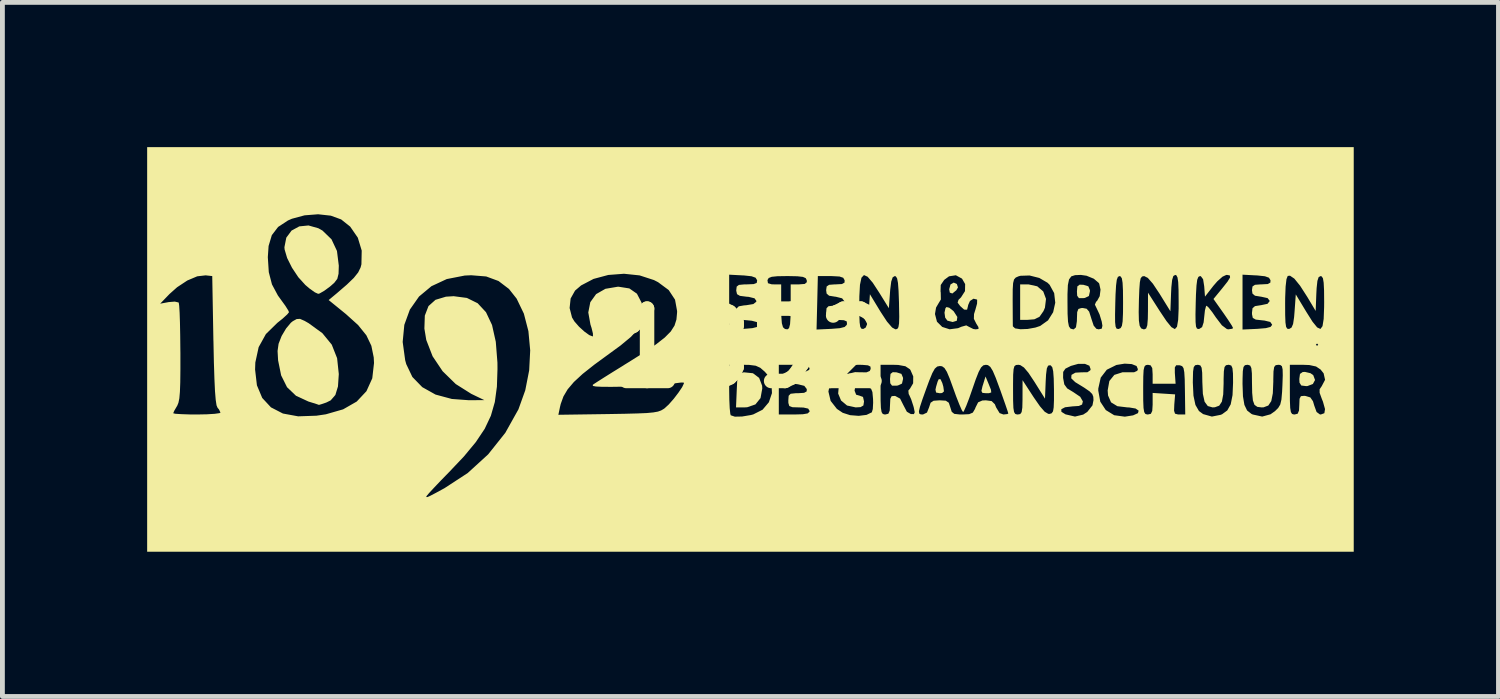
<source format=kicad_pcb>
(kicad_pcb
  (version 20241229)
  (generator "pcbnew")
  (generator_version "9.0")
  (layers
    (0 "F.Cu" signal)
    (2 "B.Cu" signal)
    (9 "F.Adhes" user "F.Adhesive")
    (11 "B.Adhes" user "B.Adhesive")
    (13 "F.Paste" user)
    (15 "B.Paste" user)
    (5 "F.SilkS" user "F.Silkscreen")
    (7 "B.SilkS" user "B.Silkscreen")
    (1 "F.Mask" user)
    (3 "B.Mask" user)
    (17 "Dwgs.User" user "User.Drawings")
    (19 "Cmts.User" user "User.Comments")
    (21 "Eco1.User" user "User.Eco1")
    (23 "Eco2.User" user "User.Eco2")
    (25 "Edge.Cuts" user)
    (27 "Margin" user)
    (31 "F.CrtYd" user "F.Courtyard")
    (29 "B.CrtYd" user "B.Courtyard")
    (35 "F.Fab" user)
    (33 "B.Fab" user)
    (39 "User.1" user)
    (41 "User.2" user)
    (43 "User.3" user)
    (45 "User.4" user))
  (footprint "1892"
    (layer "F.Cu")
    (at 12.504 4.168)
    (property "Reference" "1892" (at 0 0 0) (layer "F.SilkS") (effects (font (size 1.5 1.5) (thickness 0.3))))
    (attr board_only exclude_from_pos_files exclude_from_bom)
    (fp_poly (pts (xy 4.278 -1.332) (xy 4.301 -1.261) (xy 4.268 -1.203) (xy 4.185 -1.135) (xy 4.132 -1.153) (xy 4.119 -1.223) (xy 4.147 -1.323) (xy 4.213 -1.361)) (stroke (width 0) (type solid)) (fill yes) (layer "F.SilkS"))
    (fp_poly (pts (xy 4.937 0.74) (xy 4.985 0.86) (xy 4.991 0.916) (xy 4.945 0.931) (xy 4.884 0.932) (xy 4.808 0.925) (xy 4.787 0.885) (xy 4.81 0.785) (xy 4.819 0.759) (xy 4.872 0.585)) (stroke (width 0) (type solid)) (fill yes) (layer "F.SilkS"))
    (fp_poly (pts (xy 3.977 0.722) (xy 3.998 0.797) (xy 4.011 0.894) (xy 3.972 0.928) (xy 3.923 0.932) (xy 3.848 0.918) (xy 3.835 0.859) (xy 3.848 0.797) (xy 3.879 0.692) (xy 3.902 0.642) (xy 3.939 0.641)) (stroke (width 0) (type solid)) (fill yes) (layer "F.SilkS"))
    (fp_poly (pts (xy 4.121 -0.84) (xy 4.207 -0.771) (xy 4.215 -0.762) (xy 4.288 -0.648) (xy 4.277 -0.57) (xy 4.192 -0.544) (xy 4.082 -0.572) (xy 4.036 -0.634) (xy 4.022 -0.738) (xy 4.042 -0.83) (xy 4.063 -0.854)) (stroke (width 0) (type solid)) (fill yes) (layer "F.SilkS"))
    (fp_poly (pts (xy 3.028 0.499) (xy 3.129 0.531) (xy 3.162 0.61) (xy 3.163 0.637) (xy 3.141 0.732) (xy 3.058 0.771) (xy 3.028 0.776) (xy 2.934 0.775) (xy 2.898 0.726) (xy 2.893 0.637) (xy 2.903 0.532) (xy 2.949 0.496)) (stroke (width 0) (type solid)) (fill yes) (layer "F.SilkS"))
    (fp_poly (pts (xy 5.944 -1.284) (xy 6.069 -1.177) (xy 6.126 -1.023) (xy 6.104 -0.841) (xy 6.073 -0.769) (xy 5.992 -0.653) (xy 5.884 -0.6) (xy 5.749 -0.589) (xy 5.59 -0.588) (xy 5.59 -0.956) (xy 5.59 -1.324) (xy 5.762 -1.324)) (stroke (width 0) (type solid)) (fill yes) (layer "F.SilkS"))
    (fp_poly (pts (xy 6.902 -1.315) (xy 7.003 -1.284) (xy 7.036 -1.204) (xy 7.036 -1.177) (xy 7.015 -1.083) (xy 6.932 -1.043) (xy 6.902 -1.039) (xy 6.808 -1.039) (xy 6.772 -1.088) (xy 6.767 -1.177) (xy 6.776 -1.283) (xy 6.823 -1.318)) (stroke (width 0) (type solid)) (fill yes) (layer "F.SilkS"))
    (fp_poly (pts (xy 11.607 0.517) (xy 11.665 0.558) (xy 11.702 0.658) (xy 11.657 0.741) (xy 11.546 0.783) (xy 11.518 0.785) (xy 11.417 0.772) (xy 11.38 0.713) (xy 11.376 0.637) (xy 11.39 0.532) (xy 11.446 0.493) (xy 11.493 0.49)) (stroke (width 0) (type solid)) (fill yes) (layer "F.SilkS"))
    (fp_poly (pts (xy 0.052 0.518) (xy 0.18 0.614) (xy 0.242 0.776) (xy 0.245 0.835) (xy 0.209 1.033) (xy 0.103 1.164) (xy -0.068 1.223) (xy -0.125 1.226) (xy -0.299 1.226) (xy -0.284 0.87) (xy -0.275 0.687) (xy -0.26 0.58) (xy -0.231 0.526) (xy -0.177 0.505) (xy -0.132 0.499)) (stroke (width 0) (type solid)) (fill yes) (layer "F.SilkS"))
    (fp_poly (pts (xy -8.955 -2.487) (xy -8.87 -2.439) (xy -8.683 -2.258) (xy -8.57 -2.017) (xy -8.532 -1.713) (xy -8.532 -1.708) (xy -8.537 -1.544) (xy -8.563 -1.439) (xy -8.626 -1.356) (xy -8.715 -1.278) (xy -8.835 -1.19) (xy -8.931 -1.135) (xy -8.96 -1.128) (xy -9.028 -1.159) (xy -9.139 -1.238) (xy -9.226 -1.312) (xy -9.371 -1.472) (xy -9.502 -1.669) (xy -9.603 -1.871) (xy -9.655 -2.047) (xy -9.659 -2.094) (xy -9.62 -2.292) (xy -9.511 -2.439) (xy -9.351 -2.526) (xy -9.16 -2.545)) (stroke (width 0) (type solid)) (fill yes) (layer "F.SilkS"))
    (fp_poly (pts (xy -9.24 -0.567) (xy -9.155 -0.518) (xy -8.872 -0.312) (xy -8.678 -0.075) (xy -8.567 0.206) (xy -8.532 0.535) (xy -8.549 0.791) (xy -8.603 0.968) (xy -8.7 1.08) (xy -8.791 1.125) (xy -8.894 1.16) (xy -8.943 1.174) (xy -8.944 1.174) (xy -8.989 1.158) (xy -9.097 1.124) (xy -9.162 1.104) (xy -9.419 0.985) (xy -9.605 0.807) (xy -9.727 0.562) (xy -9.79 0.251) (xy -9.801 0.056) (xy -9.78 -0.093) (xy -9.72 -0.247) (xy -9.713 -0.261) (xy -9.625 -0.409) (xy -9.525 -0.529) (xy -9.485 -0.561) (xy -9.406 -0.605) (xy -9.336 -0.609)) (stroke (width 0) (type solid)) (fill yes) (layer "F.SilkS"))
    (fp_poly (pts (xy 12.504 0.025) (xy 12.504 4.217) (xy 0 4.217) (xy -12.504 4.217) (xy -12.504 0.025) (xy -12.504 -0.924) (xy -12.234 -0.924) (xy -12.056 -0.957) (xy -11.931 -0.967) (xy -11.855 -0.949) (xy -11.849 -0.943) (xy -11.84 -0.881) (xy -11.831 -0.737) (xy -11.824 -0.527) (xy -11.819 -0.264) (xy -11.816 0.034) (xy -11.815 0.095) (xy -11.815 0.444) (xy -11.818 0.709) (xy -11.825 0.903) (xy -11.837 1.039) (xy -11.856 1.131) (xy -11.881 1.192) (xy -11.888 1.203) (xy -11.943 1.297) (xy -11.964 1.347) (xy -11.919 1.358) (xy -11.796 1.366) (xy -11.617 1.372) (xy -11.474 1.373) (xy -11.268 1.369) (xy -11.105 1.359) (xy -11.005 1.345) (xy -10.984 1.334) (xy -11.015 1.269) (xy -11.045 1.233) (xy -11.066 1.183) (xy -11.083 1.07) (xy -11.098 0.889) (xy -11.11 0.632) (xy -11.116 0.441) (xy -10.267 0.441) (xy -10.229 0.768) (xy -10.119 1.03) (xy -9.938 1.225) (xy -9.69 1.353) (xy -9.375 1.411) (xy -8.996 1.398) (xy -8.8 1.369) (xy -8.442 1.266) (xy -8.161 1.105) (xy -7.959 0.89) (xy -7.838 0.623) (xy -7.802 0.306) (xy -7.808 0.19) (xy -7.857 -0.051) (xy -7.895 -0.131) (xy -7.208 -0.131) (xy -7.156 0.249) (xy -7.134 0.329) (xy -7.007 0.595) (xy -6.802 0.806) (xy -6.527 0.96) (xy -6.189 1.051) (xy -5.838 1.077) (xy -5.516 1.075) (xy -5.786 0.945) (xy -6.108 0.742) (xy -6.38 0.476) (xy -6.588 0.166) (xy -6.719 -0.172) (xy -6.758 -0.408) (xy -6.749 -0.677) (xy -6.673 -0.874) (xy -6.528 -1.004) (xy -6.311 -1.069) (xy -6.151 -1.079) (xy -5.877 -1.043) (xy -5.654 -0.933) (xy -5.481 -0.747) (xy -5.356 -0.482) (xy -5.278 -0.134) (xy -5.244 0.298) (xy -5.243 0.432) (xy -5.255 0.797) (xy -5.298 1.114) (xy -5.38 1.399) (xy -5.508 1.67) (xy -5.692 1.945) (xy -5.939 2.243) (xy -6.247 2.568) (xy -6.419 2.744) (xy -6.562 2.895) (xy -6.665 3.006) (xy -6.715 3.066) (xy -6.718 3.072) (xy -6.714 3.085) (xy -6.691 3.083) (xy -6.632 3.056) (xy -6.521 2.998) (xy -6.341 2.9) (xy -5.86 2.586) (xy -5.436 2.199) (xy -5.081 1.753) (xy -4.872 1.379) (xy -3.981 1.379) (xy -2.95 1.364) (xy -2.604 1.358) (xy -2.342 1.351) (xy -2.149 1.343) (xy -2.013 1.33) (xy -1.918 1.313) (xy -1.851 1.289) (xy -1.797 1.257) (xy -1.781 1.246) (xy -1.693 1.165) (xy -1.591 1.049) (xy -1.493 0.921) (xy -1.416 0.807) (xy -1.379 0.729) (xy -1.381 0.712) (xy -1.435 0.71) (xy -1.552 0.725) (xy -1.619 0.738) (xy -1.746 0.754) (xy -1.948 0.77) (xy -2.2 0.784) (xy -2.478 0.793) (xy -2.591 0.796) (xy -2.878 0.8) (xy -3.078 0.799) (xy -3.203 0.793) (xy -3.263 0.781) (xy -3.27 0.761) (xy -3.252 0.746) (xy -3.18 0.699) (xy -3.042 0.611) (xy -2.854 0.493) (xy -2.634 0.357) (xy -2.613 0.343) (xy -0.441 0.343) (xy -0.441 0.85) (xy -0.438 1.064) (xy -0.43 1.24) (xy -0.418 1.356) (xy -0.409 1.389) (xy -0.323 1.418) (xy -0.174 1.415) (xy 0.01 1.384) (xy 0.059 1.371) (xy 0.251 1.274) (xy 0.382 1.119) (xy 0.446 0.93) (xy 0.436 0.73) (xy 0.347 0.543) (xy 0.298 0.487) (xy 0.204 0.405) (xy 0.109 0.362) (xy -0.025 0.345) (xy -0.143 0.343) (xy 0.588 0.343) (xy 0.588 0.858) (xy 0.588 1.373) (xy 0.907 1.373) (xy 1.086 1.368) (xy 1.185 1.351) (xy 1.224 1.316) (xy 1.226 1.299) (xy 1.197 1.251) (xy 1.099 1.229) (xy 1.005 1.226) (xy 0.87 1.222) (xy 0.805 1.197) (xy 0.786 1.134) (xy 0.785 1.079) (xy 0.792 0.985) (xy 0.833 0.943) (xy 0.936 0.932) (xy 0.984 0.932) (xy 1.112 0.924) (xy 1.159 0.898) (xy 1.616 0.898) (xy 1.662 1.091) (xy 1.792 1.257) (xy 1.913 1.338) (xy 2.066 1.387) (xy 2.244 1.401) (xy 2.406 1.381) (xy 2.516 1.328) (xy 2.516 1.328) (xy 2.536 1.26) (xy 2.543 1.13) (xy 2.541 1.051) (xy 2.528 0.908) (xy 2.499 0.836) (xy 2.433 0.807) (xy 2.341 0.796) (xy 2.22 0.791) (xy 2.168 0.819) (xy 2.158 0.879) (xy 2.191 0.963) (xy 2.256 0.981) (xy 2.333 1.009) (xy 2.354 1.103) (xy 2.341 1.186) (xy 2.283 1.22) (xy 2.182 1.226) (xy 2.002 1.187) (xy 1.878 1.083) (xy 1.818 0.939) (xy 1.832 0.777) (xy 1.927 0.618) (xy 1.938 0.607) (xy 2.046 0.524) (xy 2.169 0.495) (xy 2.269 0.498) (xy 2.406 0.499) (xy 2.473 0.471) (xy 2.492 0.428) (xy 2.487 0.38) (xy 2.436 0.354) (xy 2.319 0.344) (xy 2.23 0.343) (xy 2.697 0.343) (xy 2.697 0.858) (xy 2.698 1.088) (xy 2.704 1.237) (xy 2.718 1.322) (xy 2.743 1.362) (xy 2.783 1.373) (xy 2.795 1.373) (xy 2.859 1.357) (xy 2.887 1.291) (xy 2.893 1.173) (xy 2.899 1.047) (xy 2.927 0.993) (xy 2.991 0.988) (xy 3.003 0.99) (xy 3.102 1.044) (xy 3.169 1.177) (xy 3.242 1.316) (xy 3.325 1.364) (xy 3.388 1.365) (xy 3.405 1.328) (xy 3.401 1.306) (xy 3.492 1.306) (xy 3.498 1.354) (xy 3.529 1.371) (xy 3.576 1.373) (xy 3.659 1.333) (xy 3.702 1.226) (xy 3.734 1.129) (xy 3.796 1.088) (xy 3.921 1.079) (xy 3.923 1.079) (xy 4.049 1.087) (xy 4.111 1.129) (xy 4.143 1.225) (xy 4.143 1.226) (xy 4.172 1.317) (xy 4.225 1.36) (xy 4.334 1.372) (xy 4.395 1.373) (xy 4.534 1.366) (xy 4.609 1.334) (xy 4.654 1.258) (xy 4.666 1.226) (xy 4.719 1.121) (xy 4.806 1.083) (xy 4.879 1.079) (xy 4.999 1.095) (xy 5.066 1.161) (xy 5.092 1.226) (xy 5.164 1.344) (xy 5.244 1.373) (xy 5.325 1.364) (xy 5.345 1.352) (xy 5.329 1.3) (xy 5.287 1.176) (xy 5.225 1) (xy 5.175 0.858) (xy 5.443 0.858) (xy 5.444 1.088) (xy 5.45 1.237) (xy 5.464 1.322) (xy 5.489 1.362) (xy 5.529 1.373) (xy 5.541 1.373) (xy 5.592 1.364) (xy 5.621 1.323) (xy 5.635 1.23) (xy 5.639 1.064) (xy 5.639 1.017) (xy 5.64 0.662) (xy 5.872 1.018) (xy 6.002 1.205) (xy 6.099 1.316) (xy 6.173 1.36) (xy 6.2 1.361) (xy 6.243 1.348) (xy 6.271 1.308) (xy 6.279 1.264) (xy 6.443 1.264) (xy 6.445 1.317) (xy 6.53 1.37) (xy 6.727 1.416) (xy 6.897 1.375) (xy 6.981 1.32) (xy 7.089 1.184) (xy 7.11 1.076) (xy 7.106 1.005) (xy 7.084 0.949) (xy 7.026 0.891) (xy 7.005 0.877) (xy 7.209 0.877) (xy 7.251 1.108) (xy 7.365 1.281) (xy 7.539 1.388) (xy 7.76 1.418) (xy 7.931 1.391) (xy 8.032 1.345) (xy 8.046 1.293) (xy 7.982 1.249) (xy 7.85 1.227) (xy 7.813 1.226) (xy 7.605 1.201) (xy 7.474 1.121) (xy 7.412 0.979) (xy 7.404 0.875) (xy 7.407 0.858) (xy 8.14 0.858) (xy 8.141 1.088) (xy 8.147 1.237) (xy 8.161 1.322) (xy 8.186 1.362) (xy 8.226 1.373) (xy 8.238 1.373) (xy 8.299 1.359) (xy 8.328 1.299) (xy 8.336 1.17) (xy 8.336 1.15) (xy 8.336 0.926) (xy 8.569 0.941) (xy 8.802 0.956) (xy 8.785 1.165) (xy 8.78 1.295) (xy 8.8 1.356) (xy 8.861 1.372) (xy 8.89 1.373) (xy 9.012 1.373) (xy 9.005 0.87) (xy 9.002 0.709) (xy 9.169 0.709) (xy 9.182 0.982) (xy 9.223 1.175) (xy 9.296 1.301) (xy 9.383 1.365) (xy 9.564 1.416) (xy 9.745 1.38) (xy 9.775 1.368) (xy 9.883 1.289) (xy 9.954 1.163) (xy 9.992 0.971) (xy 10.002 0.739) (xy 10.199 0.739) (xy 10.208 0.996) (xy 10.238 1.174) (xy 10.294 1.29) (xy 10.383 1.36) (xy 10.411 1.373) (xy 10.607 1.416) (xy 10.779 1.369) (xy 10.871 1.304) (xy 10.938 1.238) (xy 10.981 1.167) (xy 11.005 1.065) (xy 11.019 0.906) (xy 11.026 0.764) (xy 11.033 0.561) (xy 11.03 0.437) (xy 11.015 0.372) (xy 10.982 0.347) (xy 10.94 0.343) (xy 11.18 0.343) (xy 11.18 0.858) (xy 11.181 1.088) (xy 11.187 1.237) (xy 11.201 1.322) (xy 11.226 1.362) (xy 11.266 1.373) (xy 11.278 1.373) (xy 11.342 1.357) (xy 11.37 1.291) (xy 11.376 1.174) (xy 11.381 1.047) (xy 11.409 0.993) (xy 11.478 0.986) (xy 11.509 0.99) (xy 11.604 1.019) (xy 11.659 1.098) (xy 11.686 1.189) (xy 11.734 1.321) (xy 11.802 1.371) (xy 11.822 1.373) (xy 11.895 1.346) (xy 11.909 1.261) (xy 11.866 1.107) (xy 11.841 1.045) (xy 11.797 0.923) (xy 11.797 0.85) (xy 11.841 0.785) (xy 11.91 0.654) (xy 11.88 0.52) (xy 11.817 0.441) (xy 11.723 0.378) (xy 11.585 0.348) (xy 11.45 0.343) (xy 11.18 0.343) (xy 10.94 0.343) (xy 10.886 0.351) (xy 10.855 0.389) (xy 10.841 0.479) (xy 10.837 0.64) (xy 10.837 0.69) (xy 10.827 0.934) (xy 10.795 1.095) (xy 10.734 1.187) (xy 10.637 1.224) (xy 10.595 1.226) (xy 10.506 1.215) (xy 10.447 1.173) (xy 10.414 1.081) (xy 10.399 0.924) (xy 10.395 0.707) (xy 10.393 0.52) (xy 10.382 0.411) (xy 10.358 0.359) (xy 10.313 0.344) (xy 10.297 0.343) (xy 10.249 0.351) (xy 10.219 0.389) (xy 10.205 0.475) (xy 10.2 0.631) (xy 10.199 0.739) (xy 10.002 0.739) (xy 10.003 0.709) (xy 10.001 0.521) (xy 9.99 0.412) (xy 9.966 0.359) (xy 9.922 0.344) (xy 9.905 0.343) (xy 9.856 0.352) (xy 9.826 0.39) (xy 9.812 0.479) (xy 9.807 0.637) (xy 9.807 0.726) (xy 9.799 0.957) (xy 9.771 1.107) (xy 9.716 1.19) (xy 9.627 1.223) (xy 9.578 1.226) (xy 9.479 1.198) (xy 9.413 1.108) (xy 9.377 0.945) (xy 9.366 0.697) (xy 9.366 0.69) (xy 9.363 0.508) (xy 9.351 0.404) (xy 9.325 0.356) (xy 9.277 0.343) (xy 9.268 0.343) (xy 9.217 0.352) (xy 9.188 0.392) (xy 9.174 0.483) (xy 9.17 0.646) (xy 9.169 0.709) (xy 9.002 0.709) (xy 9.001 0.644) (xy 8.992 0.497) (xy 8.976 0.412) (xy 8.948 0.371) (xy 8.905 0.355) (xy 8.891 0.353) (xy 8.824 0.353) (xy 8.796 0.397) (xy 8.796 0.509) (xy 8.798 0.536) (xy 8.812 0.736) (xy 8.574 0.736) (xy 8.336 0.736) (xy 8.336 0.539) (xy 8.328 0.411) (xy 8.294 0.354) (xy 8.238 0.343) (xy 8.194 0.35) (xy 8.166 0.381) (xy 8.149 0.453) (xy 8.142 0.585) (xy 8.14 0.794) (xy 8.14 0.858) (xy 7.407 0.858) (xy 7.439 0.679) (xy 7.542 0.552) (xy 7.711 0.498) (xy 7.812 0.498) (xy 7.951 0.498) (xy 8.017 0.468) (xy 8.031 0.435) (xy 8.003 0.368) (xy 7.903 0.328) (xy 7.756 0.319) (xy 7.588 0.346) (xy 7.584 0.347) (xy 7.386 0.445) (xy 7.26 0.609) (xy 7.21 0.833) (xy 7.209 0.877) (xy 7.005 0.877) (xy 6.918 0.817) (xy 6.742 0.709) (xy 6.732 0.703) (xy 6.649 0.623) (xy 6.654 0.552) (xy 6.735 0.506) (xy 6.858 0.499) (xy 6.986 0.497) (xy 7.044 0.457) (xy 7.051 0.435) (xy 7.025 0.362) (xy 6.932 0.323) (xy 6.795 0.323) (xy 6.642 0.366) (xy 6.528 0.423) (xy 6.482 0.49) (xy 6.48 0.607) (xy 6.482 0.624) (xy 6.505 0.749) (xy 6.565 0.832) (xy 6.69 0.908) (xy 6.693 0.91) (xy 6.835 1.006) (xy 6.889 1.1) (xy 6.889 1.107) (xy 6.873 1.167) (xy 6.807 1.196) (xy 6.672 1.205) (xy 6.521 1.223) (xy 6.443 1.264) (xy 6.279 1.264) (xy 6.285 1.226) (xy 6.291 1.081) (xy 6.291 0.858) (xy 6.286 0.628) (xy 6.275 0.479) (xy 6.256 0.394) (xy 6.225 0.357) (xy 6.21 0.352) (xy 6.169 0.361) (xy 6.143 0.419) (xy 6.127 0.545) (xy 6.119 0.691) (xy 6.105 1.045) (xy 5.885 0.694) (xy 5.762 0.509) (xy 5.669 0.399) (xy 5.592 0.349) (xy 5.554 0.343) (xy 5.505 0.347) (xy 5.472 0.371) (xy 5.454 0.433) (xy 5.445 0.549) (xy 5.443 0.738) (xy 5.443 0.858) (xy 5.175 0.858) (xy 5.167 0.837) (xy 5.085 0.615) (xy 5.023 0.47) (xy 4.972 0.387) (xy 4.923 0.35) (xy 4.88 0.343) (xy 4.827 0.354) (xy 4.78 0.398) (xy 4.73 0.491) (xy 4.668 0.649) (xy 4.604 0.834) (xy 4.534 1.035) (xy 4.472 1.196) (xy 4.426 1.298) (xy 4.408 1.324) (xy 4.38 1.281) (xy 4.329 1.164) (xy 4.262 0.993) (xy 4.209 0.846) (xy 4.13 0.628) (xy 4.071 0.488) (xy 4.021 0.409) (xy 3.972 0.374) (xy 3.927 0.368) (xy 3.871 0.379) (xy 3.821 0.423) (xy 3.769 0.516) (xy 3.704 0.675) (xy 3.648 0.827) (xy 3.565 1.058) (xy 3.514 1.213) (xy 3.492 1.306) (xy 3.401 1.306) (xy 3.385 1.227) (xy 3.375 1.192) (xy 3.331 1.057) (xy 3.288 0.962) (xy 3.28 0.95) (xy 3.273 0.877) (xy 3.309 0.834) (xy 3.372 0.726) (xy 3.374 0.583) (xy 3.316 0.45) (xy 3.302 0.433) (xy 3.211 0.373) (xy 3.063 0.346) (xy 2.959 0.343) (xy 2.697 0.343) (xy 2.23 0.343) (xy 2.061 0.35) (xy 1.948 0.379) (xy 1.85 0.448) (xy 1.785 0.51) (xy 1.656 0.698) (xy 1.616 0.898) (xy 1.159 0.898) (xy 1.165 0.895) (xy 1.168 0.846) (xy 1.116 0.779) (xy 0.983 0.746) (xy 0.968 0.745) (xy 0.846 0.725) (xy 0.794 0.681) (xy 0.785 0.61) (xy 0.794 0.536) (xy 0.84 0.501) (xy 0.95 0.491) (xy 1.005 0.49) (xy 1.151 0.481) (xy 1.217 0.448) (xy 1.226 0.417) (xy 1.205 0.376) (xy 1.129 0.353) (xy 0.979 0.344) (xy 0.907 0.343) (xy 0.588 0.343) (xy -0.143 0.343) (xy -0.441 0.343) (xy -2.613 0.343) (xy -2.525 0.289) (xy -2.202 0.086) (xy -1.967 -0.074) (xy 11.719 -0.074) (xy 11.744 -0.049) (xy 11.768 -0.074) (xy 11.744 -0.098) (xy 11.719 -0.074) (xy -1.967 -0.074) (xy -1.956 -0.081) (xy -1.775 -0.223) (xy -1.651 -0.348) (xy -1.626 -0.388) (xy 1.37 -0.388) (xy 1.677 -0.402) (xy 1.853 -0.416) (xy 1.952 -0.441) (xy 1.995 -0.483) (xy 2.001 -0.503) (xy 1.996 -0.556) (xy 1.937 -0.581) (xy 1.805 -0.588) (xy 1.793 -0.588) (xy 1.656 -0.593) (xy 1.591 -0.616) (xy 1.571 -0.677) (xy 1.569 -0.736) (xy 1.577 -0.829) (xy 1.618 -0.871) (xy 1.72 -0.882) (xy 1.769 -0.883) (xy 1.897 -0.89) (xy 1.95 -0.919) (xy 1.95 -0.925) (xy 2.256 -0.925) (xy 2.257 -0.689) (xy 2.263 -0.534) (xy 2.276 -0.445) (xy 2.299 -0.406) (xy 2.334 -0.4) (xy 2.341 -0.401) (xy 2.389 -0.429) (xy 2.42 -0.503) (xy 2.441 -0.642) (xy 2.452 -0.769) (xy 2.476 -1.12) (xy 2.697 -0.756) (xy 2.83 -0.553) (xy 2.936 -0.43) (xy 3.005 -0.392) (xy 3.043 -0.4) (xy 3.067 -0.436) (xy 3.08 -0.515) (xy 3.084 -0.654) (xy 3.083 -0.708) (xy 3.825 -0.708) (xy 3.866 -0.55) (xy 3.975 -0.442) (xy 4.128 -0.393) (xy 4.303 -0.416) (xy 4.373 -0.446) (xy 4.473 -0.474) (xy 4.526 -0.446) (xy 4.619 -0.399) (xy 4.669 -0.392) (xy 4.727 -0.4) (xy 4.725 -0.439) (xy 4.68 -0.512) (xy 4.631 -0.61) (xy 4.634 -0.709) (xy 4.664 -0.805) (xy 4.697 -0.925) (xy 4.699 -1.003) (xy 4.694 -1.01) (xy 4.672 -1.015) (xy 5.435 -1.015) (xy 5.435 -0.981) (xy 5.436 -0.772) (xy 5.437 -0.597) (xy 5.438 -0.482) (xy 5.439 -0.454) (xy 5.485 -0.412) (xy 5.597 -0.394) (xy 5.747 -0.4) (xy 5.906 -0.429) (xy 6.005 -0.462) (xy 6.168 -0.578) (xy 6.274 -0.747) (xy 6.318 -0.945) (xy 6.316 -0.959) (xy 6.571 -0.959) (xy 6.573 -0.715) (xy 6.582 -0.552) (xy 6.601 -0.455) (xy 6.634 -0.407) (xy 6.686 -0.393) (xy 6.701 -0.392) (xy 6.747 -0.434) (xy 6.766 -0.562) (xy 6.767 -0.613) (xy 6.772 -0.749) (xy 6.797 -0.814) (xy 6.856 -0.833) (xy 6.889 -0.834) (xy 6.968 -0.819) (xy 7.02 -0.759) (xy 7.062 -0.628) (xy 7.066 -0.613) (xy 7.114 -0.469) (xy 7.17 -0.403) (xy 7.218 -0.392) (xy 7.281 -0.406) (xy 7.295 -0.466) (xy 7.281 -0.552) (xy 7.236 -0.7) (xy 7.236 -0.7) (xy 7.557 -0.7) (xy 7.558 -0.542) (xy 7.568 -0.45) (xy 7.588 -0.407) (xy 7.621 -0.399) (xy 7.636 -0.401) (xy 7.674 -0.419) (xy 7.699 -0.465) (xy 7.714 -0.556) (xy 7.721 -0.711) (xy 7.722 -0.751) (xy 8.047 -0.751) (xy 8.051 -0.575) (xy 8.067 -0.467) (xy 8.098 -0.412) (xy 8.146 -0.393) (xy 8.163 -0.392) (xy 8.202 -0.41) (xy 8.225 -0.476) (xy 8.236 -0.607) (xy 8.239 -0.772) (xy 8.24 -1.152) (xy 8.483 -0.772) (xy 8.623 -0.563) (xy 8.726 -0.437) (xy 8.797 -0.397) (xy 8.841 -0.446) (xy 8.865 -0.587) (xy 8.87 -0.7) (xy 9.224 -0.7) (xy 9.226 -0.542) (xy 9.235 -0.45) (xy 9.255 -0.407) (xy 9.288 -0.399) (xy 9.303 -0.401) (xy 9.361 -0.438) (xy 9.393 -0.536) (xy 9.405 -0.65) (xy 9.42 -0.786) (xy 9.442 -0.869) (xy 9.454 -0.882) (xy 9.497 -0.843) (xy 9.574 -0.745) (xy 9.648 -0.637) (xy 9.772 -0.475) (xy 9.875 -0.398) (xy 9.905 -0.392) (xy 9.985 -0.404) (xy 10.003 -0.419) (xy 9.977 -0.47) (xy 9.908 -0.577) (xy 9.81 -0.72) (xy 9.8 -0.734) (xy 9.597 -1.021) (xy 9.776 -1.239) (xy 9.889 -1.382) (xy 9.941 -1.467) (xy 9.937 -1.508) (xy 9.881 -1.52) (xy 9.863 -1.52) (xy 9.784 -1.483) (xy 9.677 -1.388) (xy 9.596 -1.295) (xy 9.421 -1.07) (xy 9.405 -1.283) (xy 9.382 -1.43) (xy 9.336 -1.492) (xy 9.317 -1.496) (xy 9.284 -1.479) (xy 9.26 -1.42) (xy 9.245 -1.302) (xy 9.234 -1.112) (xy 9.229 -0.94) (xy 9.224 -0.7) (xy 8.87 -0.7) (xy 8.875 -0.821) (xy 8.875 -0.956) (xy 8.873 -1.205) (xy 8.866 -1.371) (xy 8.851 -1.468) (xy 8.827 -1.513) (xy 8.804 -1.52) (xy 8.765 -1.497) (xy 8.74 -1.416) (xy 8.724 -1.263) (xy 8.718 -1.143) (xy 8.704 -0.767) (xy 8.479 -1.131) (xy 8.341 -1.338) (xy 8.236 -1.458) (xy 8.161 -1.496) (xy 8.117 -1.487) (xy 8.088 -1.45) (xy 8.071 -1.367) (xy 8.06 -1.221) (xy 8.052 -1.009) (xy 8.047 -0.751) (xy 7.722 -0.751) (xy 7.723 -0.945) (xy 7.723 -0.957) (xy 7.721 -1.198) (xy 7.713 -1.357) (xy 7.698 -1.449) (xy 7.672 -1.489) (xy 7.649 -1.496) (xy 7.616 -1.479) (xy 7.593 -1.42) (xy 7.578 -1.302) (xy 7.567 -1.112) (xy 7.562 -0.94) (xy 7.557 -0.7) (xy 7.236 -0.7) (xy 7.181 -0.817) (xy 7.139 -0.904) (xy 7.164 -0.963) (xy 7.185 -0.982) (xy 7.239 -1.079) (xy 7.256 -1.215) (xy 7.229 -1.338) (xy 7.22 -1.353) (xy 7.117 -1.441) (xy 6.966 -1.503) (xy 6.848 -1.52) (xy 6.728 -1.515) (xy 6.65 -1.49) (xy 6.603 -1.426) (xy 6.579 -1.309) (xy 6.571 -1.121) (xy 6.571 -0.959) (xy 6.316 -0.959) (xy 6.295 -1.143) (xy 6.201 -1.315) (xy 6.157 -1.358) (xy 5.987 -1.457) (xy 5.785 -1.508) (xy 5.595 -1.502) (xy 5.554 -1.49) (xy 5.498 -1.465) (xy 5.463 -1.425) (xy 5.444 -1.35) (xy 5.436 -1.22) (xy 5.435 -1.015) (xy 4.672 -1.015) (xy 4.623 -1.027) (xy 4.55 -0.98) (xy 4.512 -0.895) (xy 4.511 -0.884) (xy 4.49 -0.799) (xy 4.429 -0.801) (xy 4.347 -0.875) (xy 4.294 -0.946) (xy 4.312 -1.003) (xy 4.364 -1.054) (xy 4.447 -1.184) (xy 4.45 -1.33) (xy 4.385 -1.443) (xy 4.257 -1.513) (xy 4.116 -1.491) (xy 4.016 -1.417) (xy 3.944 -1.311) (xy 3.94 -1.179) (xy 3.944 -1.155) (xy 3.947 -1.011) (xy 3.899 -0.932) (xy 3.847 -0.843) (xy 3.825 -0.712) (xy 3.825 -0.708) (xy 3.083 -0.708) (xy 3.08 -0.871) (xy 3.079 -0.944) (xy 3.07 -1.19) (xy 3.058 -1.352) (xy 3.04 -1.447) (xy 3.014 -1.489) (xy 2.991 -1.496) (xy 2.948 -1.47) (xy 2.918 -1.382) (xy 2.897 -1.216) (xy 2.893 -1.163) (xy 2.869 -0.83) (xy 2.672 -1.148) (xy 2.535 -1.358) (xy 2.429 -1.482) (xy 2.353 -1.517) (xy 2.301 -1.462) (xy 2.27 -1.315) (xy 2.257 -1.074) (xy 2.256 -0.925) (xy 1.95 -0.925) (xy 1.952 -0.968) (xy 1.9 -1.035) (xy 1.768 -1.068) (xy 1.753 -1.069) (xy 1.63 -1.089) (xy 1.579 -1.133) (xy 1.569 -1.204) (xy 1.58 -1.281) (xy 1.631 -1.315) (xy 1.749 -1.324) (xy 1.769 -1.324) (xy 1.897 -1.331) (xy 1.95 -1.361) (xy 1.952 -1.41) (xy 1.923 -1.461) (xy 1.846 -1.487) (xy 1.698 -1.495) (xy 1.667 -1.496) (xy 1.397 -1.496) (xy 1.384 -0.942) (xy 1.37 -0.388) (xy -1.626 -0.388) (xy -1.574 -0.469) (xy -1.534 -0.595) (xy -1.521 -0.736) (xy -1.52 -0.77) (xy -1.563 -1.007) (xy -1.694 -1.206) (xy -1.914 -1.369) (xy -1.999 -1.413) (xy -2.297 -1.51) (xy -2.44 -1.525) (xy -0.441 -1.525) (xy -0.441 -0.956) (xy -0.441 -0.388) (xy -0.135 -0.402) (xy 0.042 -0.417) (xy 0.139 -0.442) (xy 0.171 -0.483) (xy 0.172 -0.49) (xy 0.138 -0.541) (xy 0.029 -0.57) (xy -0.061 -0.579) (xy -0.202 -0.592) (xy -0.27 -0.62) (xy -0.292 -0.68) (xy -0.294 -0.735) (xy -0.286 -0.825) (xy -0.242 -0.869) (xy -0.135 -0.888) (xy -0.086 -0.892) (xy 0.06 -0.916) (xy 0.12 -0.963) (xy 0.123 -0.981) (xy 0.085 -1.035) (xy -0.036 -1.065) (xy -0.086 -1.069) (xy -0.218 -1.086) (xy -0.278 -1.121) (xy -0.294 -1.192) (xy -0.294 -1.204) (xy -0.285 -1.278) (xy -0.239 -1.313) (xy -0.132 -1.323) (xy -0.07 -1.324) (xy 0.068 -1.33) (xy 0.13 -1.354) (xy 0.139 -1.405) (xy 0.138 -1.41) (xy 0.353 -1.41) (xy 0.363 -1.348) (xy 0.441 -1.325) (xy 0.487 -1.324) (xy 0.637 -1.324) (xy 0.637 -0.891) (xy 0.64 -0.664) (xy 0.651 -0.518) (xy 0.675 -0.435) (xy 0.716 -0.399) (xy 0.768 -0.392) (xy 0.8 -0.417) (xy 0.821 -0.499) (xy 0.831 -0.653) (xy 0.834 -0.858) (xy 0.834 -1.324) (xy 1.009 -1.324) (xy 1.126 -1.333) (xy 1.169 -1.37) (xy 1.167 -1.41) (xy 1.146 -1.453) (xy 1.087 -1.479) (xy 0.973 -1.492) (xy 0.782 -1.496) (xy 0.76 -1.496) (xy 0.561 -1.493) (xy 0.441 -1.481) (xy 0.378 -1.456) (xy 0.354 -1.415) (xy 0.353 -1.41) (xy 0.138 -1.41) (xy 0.107 -1.462) (xy 0.023 -1.492) (xy -0.134 -1.509) (xy -0.16 -1.51) (xy -0.441 -1.525) (xy 10.199 -1.525) (xy 10.199 -0.956) (xy 10.199 -0.388) (xy 10.506 -0.402) (xy 10.683 -0.417) (xy 10.779 -0.442) (xy 10.812 -0.483) (xy 10.812 -0.49) (xy 10.774 -0.545) (xy 10.654 -0.574) (xy 10.604 -0.579) (xy 10.473 -0.594) (xy 10.412 -0.629) (xy 10.396 -0.702) (xy 10.395 -0.735) (xy 10.406 -0.829) (xy 10.457 -0.873) (xy 10.576 -0.892) (xy 10.579 -0.892) (xy 10.717 -0.921) (xy 10.72 -0.925) (xy 11.082 -0.925) (xy 11.083 -0.689) (xy 11.089 -0.534) (xy 11.102 -0.445) (xy 11.125 -0.406) (xy 11.16 -0.4) (xy 11.168 -0.401) (xy 11.215 -0.429) (xy 11.247 -0.503) (xy 11.268 -0.643) (xy 11.278 -0.767) (xy 11.303 -1.116) (xy 11.522 -0.753) (xy 11.65 -0.55) (xy 11.746 -0.432) (xy 11.814 -0.4) (xy 11.857 -0.458) (xy 11.881 -0.607) (xy 11.89 -0.851) (xy 11.891 -0.957) (xy 11.889 -1.198) (xy 11.881 -1.357) (xy 11.866 -1.449) (xy 11.84 -1.489) (xy 11.817 -1.496) (xy 11.777 -1.474) (xy 11.751 -1.396) (xy 11.735 -1.247) (xy 11.729 -1.134) (xy 11.715 -0.773) (xy 11.543 -1.061) (xy 11.392 -1.296) (xy 11.273 -1.443) (xy 11.183 -1.504) (xy 11.136 -1.499) (xy 11.11 -1.433) (xy 11.092 -1.279) (xy 11.083 -1.046) (xy 11.082 -0.925) (xy 10.72 -0.925) (xy 10.763 -0.979) (xy 10.763 -0.981) (xy 10.719 -1.039) (xy 10.583 -1.069) (xy 10.579 -1.069) (xy 10.457 -1.089) (xy 10.405 -1.133) (xy 10.395 -1.204) (xy 10.406 -1.281) (xy 10.457 -1.315) (xy 10.576 -1.324) (xy 10.595 -1.324) (xy 10.723 -1.331) (xy 10.776 -1.361) (xy 10.779 -1.41) (xy 10.747 -1.462) (xy 10.664 -1.492) (xy 10.506 -1.509) (xy 10.481 -1.51) (xy 10.199 -1.525) (xy -0.441 -1.525) (xy -2.44 -1.525) (xy -2.621 -1.544) (xy -2.947 -1.519) (xy -3.252 -1.437) (xy -3.51 -1.302) (xy -3.635 -1.195) (xy -3.727 -1.031) (xy -3.748 -0.834) (xy -3.698 -0.638) (xy -3.649 -0.557) (xy -3.553 -0.447) (xy -3.442 -0.346) (xy -3.341 -0.273) (xy -3.273 -0.246) (xy -3.264 -0.25) (xy -3.265 -0.306) (xy -3.293 -0.421) (xy -3.316 -0.492) (xy -3.361 -0.742) (xy -3.319 -0.955) (xy -3.199 -1.122) (xy -3.006 -1.232) (xy -2.751 -1.275) (xy -2.731 -1.275) (xy -2.51 -1.24) (xy -2.353 -1.131) (xy -2.257 -0.946) (xy -2.232 -0.841) (xy -2.221 -0.679) (xy -2.252 -0.533) (xy -2.335 -0.389) (xy -2.478 -0.235) (xy -2.691 -0.058) (xy -2.914 0.105) (xy -3.233 0.338) (xy -3.478 0.532) (xy -3.66 0.7) (xy -3.789 0.852) (xy -3.876 0.999) (xy -3.932 1.154) (xy -3.947 1.216) (xy -3.981 1.379) (xy -4.872 1.379) (xy -4.809 1.267) (xy -4.667 0.871) (xy -4.586 0.457) (xy -4.565 0.044) (xy -4.602 -0.354) (xy -4.696 -0.717) (xy -4.846 -1.028) (xy -5.005 -1.229) (xy -5.222 -1.394) (xy -5.477 -1.488) (xy -5.788 -1.513) (xy -5.921 -1.507) (xy -6.294 -1.434) (xy -6.612 -1.286) (xy -6.869 -1.072) (xy -7.059 -0.801) (xy -7.174 -0.485) (xy -7.208 -0.131) (xy -7.895 -0.131) (xy -7.961 -0.269) (xy -8.132 -0.481) (xy -8.384 -0.708) (xy -8.742 -0.999) (xy -8.576 -1.137) (xy -8.365 -1.319) (xy -8.221 -1.458) (xy -8.13 -1.572) (xy -8.08 -1.675) (xy -8.063 -1.74) (xy -8.057 -2.024) (xy -8.138 -2.292) (xy -8.296 -2.521) (xy -8.483 -2.67) (xy -8.697 -2.748) (xy -8.961 -2.777) (xy -9.241 -2.755) (xy -9.504 -2.684) (xy -9.586 -2.648) (xy -9.79 -2.514) (xy -9.92 -2.344) (xy -9.987 -2.12) (xy -10.003 -1.888) (xy -9.983 -1.577) (xy -9.917 -1.323) (xy -9.794 -1.093) (xy -9.731 -1.006) (xy -9.639 -0.879) (xy -9.579 -0.783) (xy -9.564 -0.747) (xy -9.601 -0.701) (xy -9.695 -0.615) (xy -9.805 -0.527) (xy -10.043 -0.294) (xy -10.193 -0.023) (xy -10.262 0.295) (xy -10.267 0.441) (xy -11.116 0.441) (xy -11.121 0.291) (xy -11.13 -0.14) (xy -11.131 -0.162) (xy -11.155 -1.496) (xy -11.292 -1.511) (xy -11.466 -1.491) (xy -11.672 -1.404) (xy -11.884 -1.264) (xy -12.04 -1.125) (xy -12.234 -0.924) (xy -12.504 -0.924) (xy -12.504 -4.168) (xy 0 -4.168) (xy 12.504 -4.168)) (stroke (width 0) (type solid)) (fill yes) (layer "F.SilkS")))
  (gr_rect
    (start -3 -3)
    (end 28.008 11.385)
    (stroke (width 0.1) (type default))
    (fill no)
    (layer "Edge.Cuts")))
</source>
